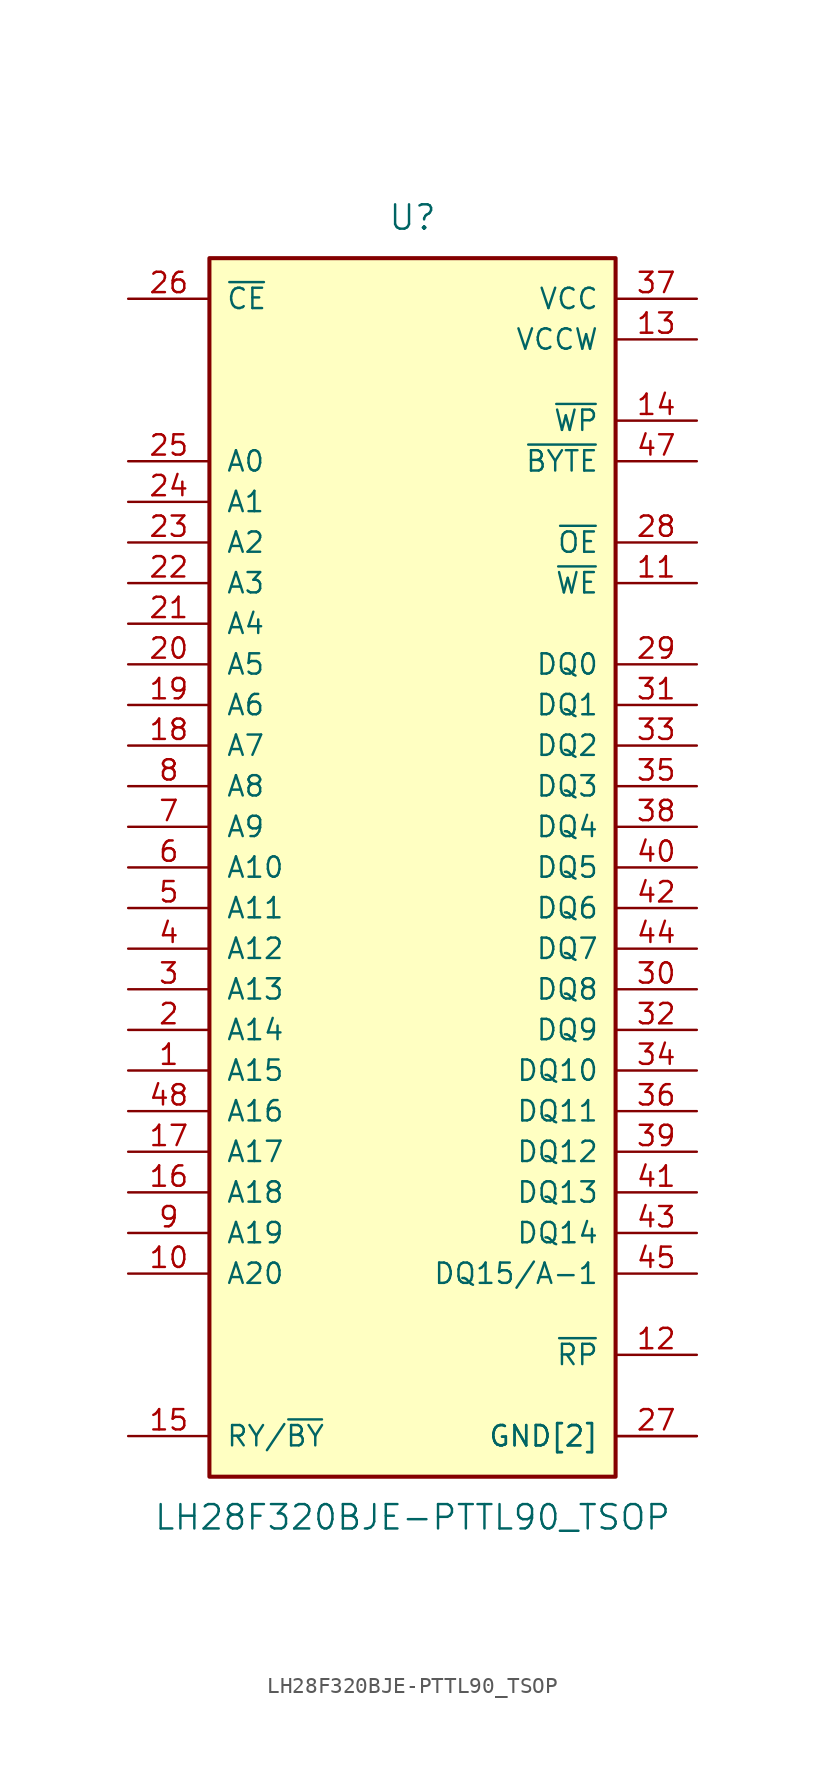
<source format=kicad_sym>
(kicad_symbol_lib
  (version 20231120)
  (generator "kicad_symbol_editor")
  (generator_version "8.0")
  (symbol "LH28F320BJE-PTTL90_TSOP"
    (pin_names
      (offset 1.016))
    (property "Reference" "U"
      (at 0 40.64 0)
      (effects (font (size 1.524 1.524))))
    (property "Value" "LH28F320BJE-PTTL90_TSOP"
      (at 0 -40.64 0)
      (effects (font (size 1.524 1.524))))
    (symbol "LH28F320BJE-PTTL90_TSOP_1_1"
      (rectangle (start -12.7 38.1) (end 12.7 -38.1) (stroke (width 0.254) (type solid)) (fill (type background)))
      (pin input line (at -17.78 -12.7 0) (length 5.08) (name "A15" (effects (font (size 1.27 1.27)))) (number "1" (effects (font (size 1.27 1.27)))))
      (pin input line (at -17.78 -25.4 0) (length 5.08) (name "A20" (effects (font (size 1.27 1.27)))) (number "10" (effects (font (size 1.27 1.27)))))
      (pin input line (at 17.78 17.78 180) (length 5.08) (name "~{WE}" (effects (font (size 1.27 1.27)))) (number "11" (effects (font (size 1.27 1.27)))))
      (pin input line (at 17.78 -30.48 180) (length 5.08) (name "~{RP}" (effects (font (size 1.27 1.27)))) (number "12" (effects (font (size 1.27 1.27)))))
      (pin power_in line (at 17.78 33.02 180) (length 5.08) (name "VCCW" (effects (font (size 1.27 1.27)))) (number "13" (effects (font (size 1.27 1.27)))))
      (pin input line (at 17.78 27.94 180) (length 5.08) (name "~{WP}" (effects (font (size 1.27 1.27)))) (number "14" (effects (font (size 1.27 1.27)))))
      (pin open_collector line (at -17.78 -35.56 0) (length 5.08) (name "RY/~{BY}" (effects (font (size 1.27 1.27)))) (number "15" (effects (font (size 1.27 1.27)))))
      (pin input line (at -17.78 -20.32 0) (length 5.08) (name "A18" (effects (font (size 1.27 1.27)))) (number "16" (effects (font (size 1.27 1.27)))))
      (pin input line (at -17.78 -17.78 0) (length 5.08) (name "A17" (effects (font (size 1.27 1.27)))) (number "17" (effects (font (size 1.27 1.27)))))
      (pin input line (at -17.78 7.62 0) (length 5.08) (name "A7" (effects (font (size 1.27 1.27)))) (number "18" (effects (font (size 1.27 1.27)))))
      (pin input line (at -17.78 10.16 0) (length 5.08) (name "A6" (effects (font (size 1.27 1.27)))) (number "19" (effects (font (size 1.27 1.27)))))
      (pin input line (at -17.78 -10.16 0) (length 5.08) (name "A14" (effects (font (size 1.27 1.27)))) (number "2" (effects (font (size 1.27 1.27)))))
      (pin input line (at -17.78 12.7 0) (length 5.08) (name "A5" (effects (font (size 1.27 1.27)))) (number "20" (effects (font (size 1.27 1.27)))))
      (pin input line (at -17.78 15.24 0) (length 5.08) (name "A4" (effects (font (size 1.27 1.27)))) (number "21" (effects (font (size 1.27 1.27)))))
      (pin input line (at -17.78 17.78 0) (length 5.08) (name "A3" (effects (font (size 1.27 1.27)))) (number "22" (effects (font (size 1.27 1.27)))))
      (pin input line (at -17.78 20.32 0) (length 5.08) (name "A2" (effects (font (size 1.27 1.27)))) (number "23" (effects (font (size 1.27 1.27)))))
      (pin input line (at -17.78 22.86 0) (length 5.08) (name "A1" (effects (font (size 1.27 1.27)))) (number "24" (effects (font (size 1.27 1.27)))))
      (pin input line (at -17.78 25.4 0) (length 5.08) (name "A0" (effects (font (size 1.27 1.27)))) (number "25" (effects (font (size 1.27 1.27)))))
      (pin input line (at -17.78 35.56 0) (length 5.08) (name "~{CE}" (effects (font (size 1.27 1.27)))) (number "26" (effects (font (size 1.27 1.27)))))
      (pin power_in line (at 17.78 -35.56 180) (length 5.08) (name "GND[2]" (effects (font (size 1.27 1.27)))) (number "27" (effects (font (size 1.27 1.27)))))
      (pin input line (at 17.78 20.32 180) (length 5.08) (name "~{OE}" (effects (font (size 1.27 1.27)))) (number "28" (effects (font (size 1.27 1.27)))))
      (pin bidirectional line (at 17.78 12.7 180) (length 5.08) (name "DQ0" (effects (font (size 1.27 1.27)))) (number "29" (effects (font (size 1.27 1.27)))))
      (pin input line (at -17.78 -7.62 0) (length 5.08) (name "A13" (effects (font (size 1.27 1.27)))) (number "3" (effects (font (size 1.27 1.27)))))
      (pin bidirectional line (at 17.78 -7.62 180) (length 5.08) (name "DQ8" (effects (font (size 1.27 1.27)))) (number "30" (effects (font (size 1.27 1.27)))))
      (pin bidirectional line (at 17.78 10.16 180) (length 5.08) (name "DQ1" (effects (font (size 1.27 1.27)))) (number "31" (effects (font (size 1.27 1.27)))))
      (pin bidirectional line (at 17.78 -10.16 180) (length 5.08) (name "DQ9" (effects (font (size 1.27 1.27)))) (number "32" (effects (font (size 1.27 1.27)))))
      (pin bidirectional line (at 17.78 7.62 180) (length 5.08) (name "DQ2" (effects (font (size 1.27 1.27)))) (number "33" (effects (font (size 1.27 1.27)))))
      (pin bidirectional line (at 17.78 -12.7 180) (length 5.08) (name "DQ10" (effects (font (size 1.27 1.27)))) (number "34" (effects (font (size 1.27 1.27)))))
      (pin bidirectional line (at 17.78 5.08 180) (length 5.08) (name "DQ3" (effects (font (size 1.27 1.27)))) (number "35" (effects (font (size 1.27 1.27)))))
      (pin bidirectional line (at 17.78 -15.24 180) (length 5.08) (name "DQ11" (effects (font (size 1.27 1.27)))) (number "36" (effects (font (size 1.27 1.27)))))
      (pin power_in line (at 17.78 35.56 180) (length 5.08) (name "VCC" (effects (font (size 1.27 1.27)))) (number "37" (effects (font (size 1.27 1.27)))))
      (pin bidirectional line (at 17.78 2.54 180) (length 5.08) (name "DQ4" (effects (font (size 1.27 1.27)))) (number "38" (effects (font (size 1.27 1.27)))))
      (pin bidirectional line (at 17.78 -17.78 180) (length 5.08) (name "DQ12" (effects (font (size 1.27 1.27)))) (number "39" (effects (font (size 1.27 1.27)))))
      (pin input line (at -17.78 -5.08 0) (length 5.08) (name "A12" (effects (font (size 1.27 1.27)))) (number "4" (effects (font (size 1.27 1.27)))))
      (pin bidirectional line (at 17.78 0 180) (length 5.08) (name "DQ5" (effects (font (size 1.27 1.27)))) (number "40" (effects (font (size 1.27 1.27)))))
      (pin bidirectional line (at 17.78 -20.32 180) (length 5.08) (name "DQ13" (effects (font (size 1.27 1.27)))) (number "41" (effects (font (size 1.27 1.27)))))
      (pin bidirectional line (at 17.78 -2.54 180) (length 5.08) (name "DQ6" (effects (font (size 1.27 1.27)))) (number "42" (effects (font (size 1.27 1.27)))))
      (pin bidirectional line (at 17.78 -22.86 180) (length 5.08) (name "DQ14" (effects (font (size 1.27 1.27)))) (number "43" (effects (font (size 1.27 1.27)))))
      (pin bidirectional line (at 17.78 -5.08 180) (length 5.08) (name "DQ7" (effects (font (size 1.27 1.27)))) (number "44" (effects (font (size 1.27 1.27)))))
      (pin bidirectional line (at 17.78 -25.4 180) (length 5.08) (name "DQ15/A-1" (effects (font (size 1.27 1.27)))) (number "45" (effects (font (size 1.27 1.27)))))
      (pin power_in line (at 17.78 -35.56 180) (length 5.08) (name "GND[2]" (effects (font (size 1.27 1.27)))) (number "46" (effects (font (size 0 0)))))
      (pin input line (at 17.78 25.4 180) (length 5.08) (name "~{BYTE}" (effects (font (size 1.27 1.27)))) (number "47" (effects (font (size 1.27 1.27)))))
      (pin input line (at -17.78 -15.24 0) (length 5.08) (name "A16" (effects (font (size 1.27 1.27)))) (number "48" (effects (font (size 1.27 1.27)))))
      (pin input line (at -17.78 -2.54 0) (length 5.08) (name "A11" (effects (font (size 1.27 1.27)))) (number "5" (effects (font (size 1.27 1.27)))))
      (pin input line (at -17.78 0 0) (length 5.08) (name "A10" (effects (font (size 1.27 1.27)))) (number "6" (effects (font (size 1.27 1.27)))))
      (pin input line (at -17.78 2.54 0) (length 5.08) (name "A9" (effects (font (size 1.27 1.27)))) (number "7" (effects (font (size 1.27 1.27)))))
      (pin input line (at -17.78 5.08 0) (length 5.08) (name "A8" (effects (font (size 1.27 1.27)))) (number "8" (effects (font (size 1.27 1.27)))))
      (pin input line (at -17.78 -22.86 0) (length 5.08) (name "A19" (effects (font (size 1.27 1.27)))) (number "9" (effects (font (size 1.27 1.27))))))))
</source>
